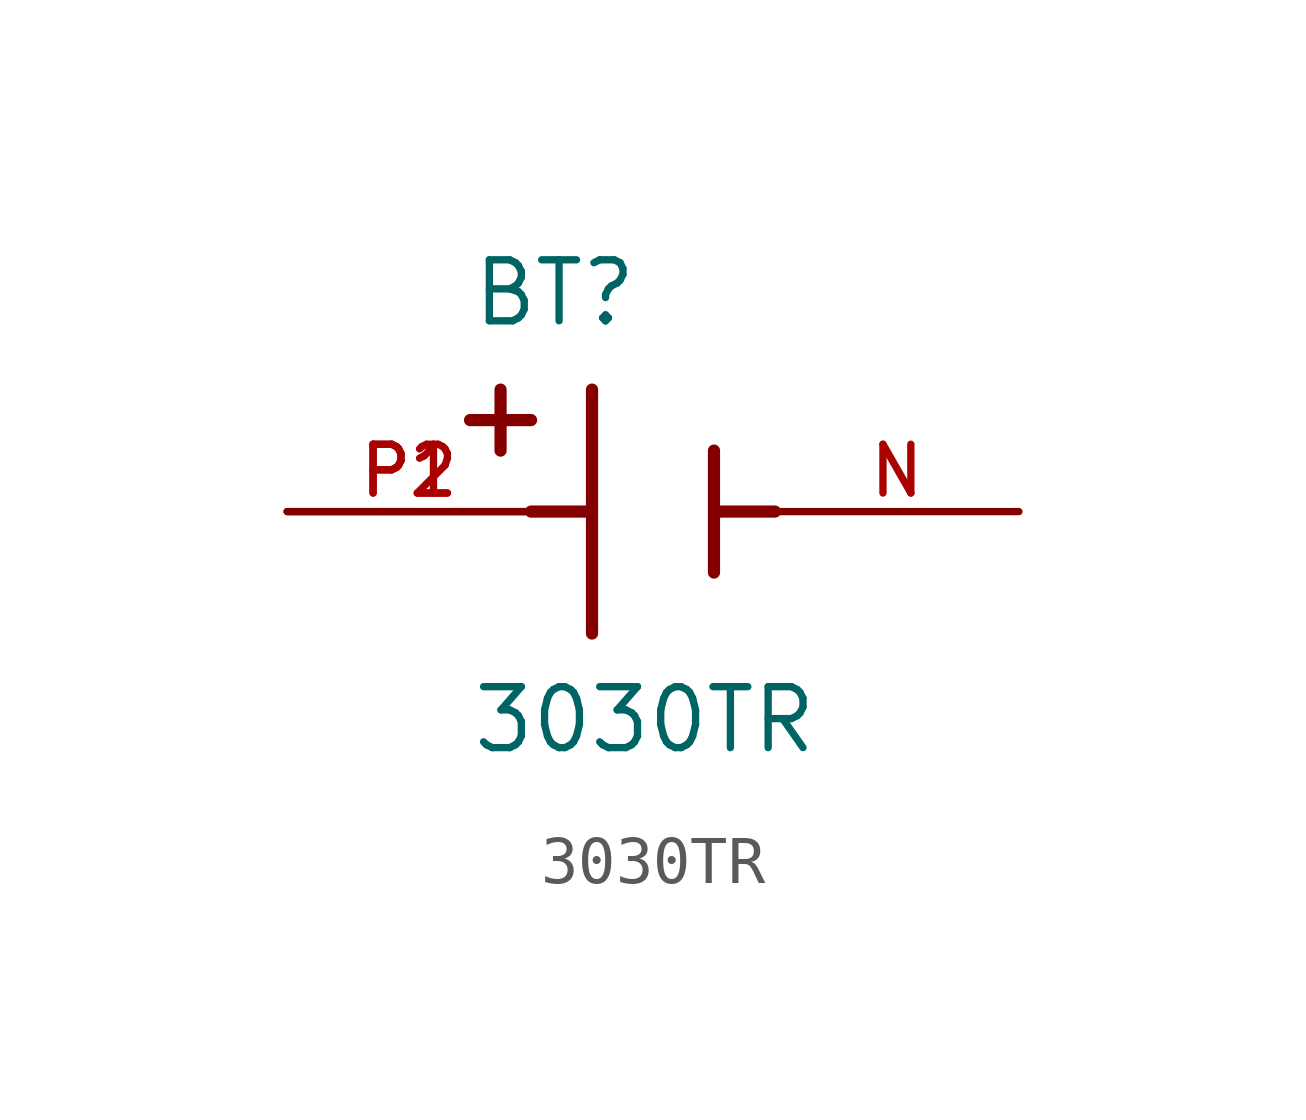
<source format=kicad_sym>
(kicad_symbol_lib
  (version 20211014)
  (generator kicad_symbol_editor)
  (symbol "3030TR"
    (pin_names
      (offset 1.016))
    (property "Reference" "BT"
      (at -3.81 3.81 0)
      (effects (font (size 1.27 1.27)) (justify bottom left)))
    (property "Value" "3030TR"
      (at -3.81 -5.08 0)
      (effects (font (size 1.27 1.27)) (justify bottom left)))
    (symbol "3030TR_0_0"
      (polyline (pts (xy -1.27 2.54) (xy -1.27 -2.54)) (stroke (width 0.254)))
      (polyline (pts (xy 1.27 1.27) (xy 1.27 -1.27)) (stroke (width 0.254)))
      (polyline (pts (xy -1.27 0.0) (xy -2.54 0.0)) (stroke (width 0.254)))
      (polyline (pts (xy 1.27 0.0) (xy 2.54 0.0)) (stroke (width 0.254)))
      (polyline (pts (xy -3.175 2.54) (xy -3.175 1.27)) (stroke (width 0.254)))
      (polyline (pts (xy -3.81 1.905) (xy -2.54 1.905)) (stroke (width 0.254)))
      (pin passive line (at -7.62 0.0 0) (length 5.08) (name "~" (effects (font (size 1.016 1.016)))) (number "P1" (effects (font (size 1.016 1.016)))))
      (pin passive line (at 7.62 0.0 180.0) (length 5.08) (name "~" (effects (font (size 1.016 1.016)))) (number "N" (effects (font (size 1.016 1.016)))))
      (pin passive line (at -7.62 0.0 0) (length 5.08) (name "~" (effects (font (size 1.016 1.016)))) (number "P2" (effects (font (size 1.016 1.016))))))))
</source>
